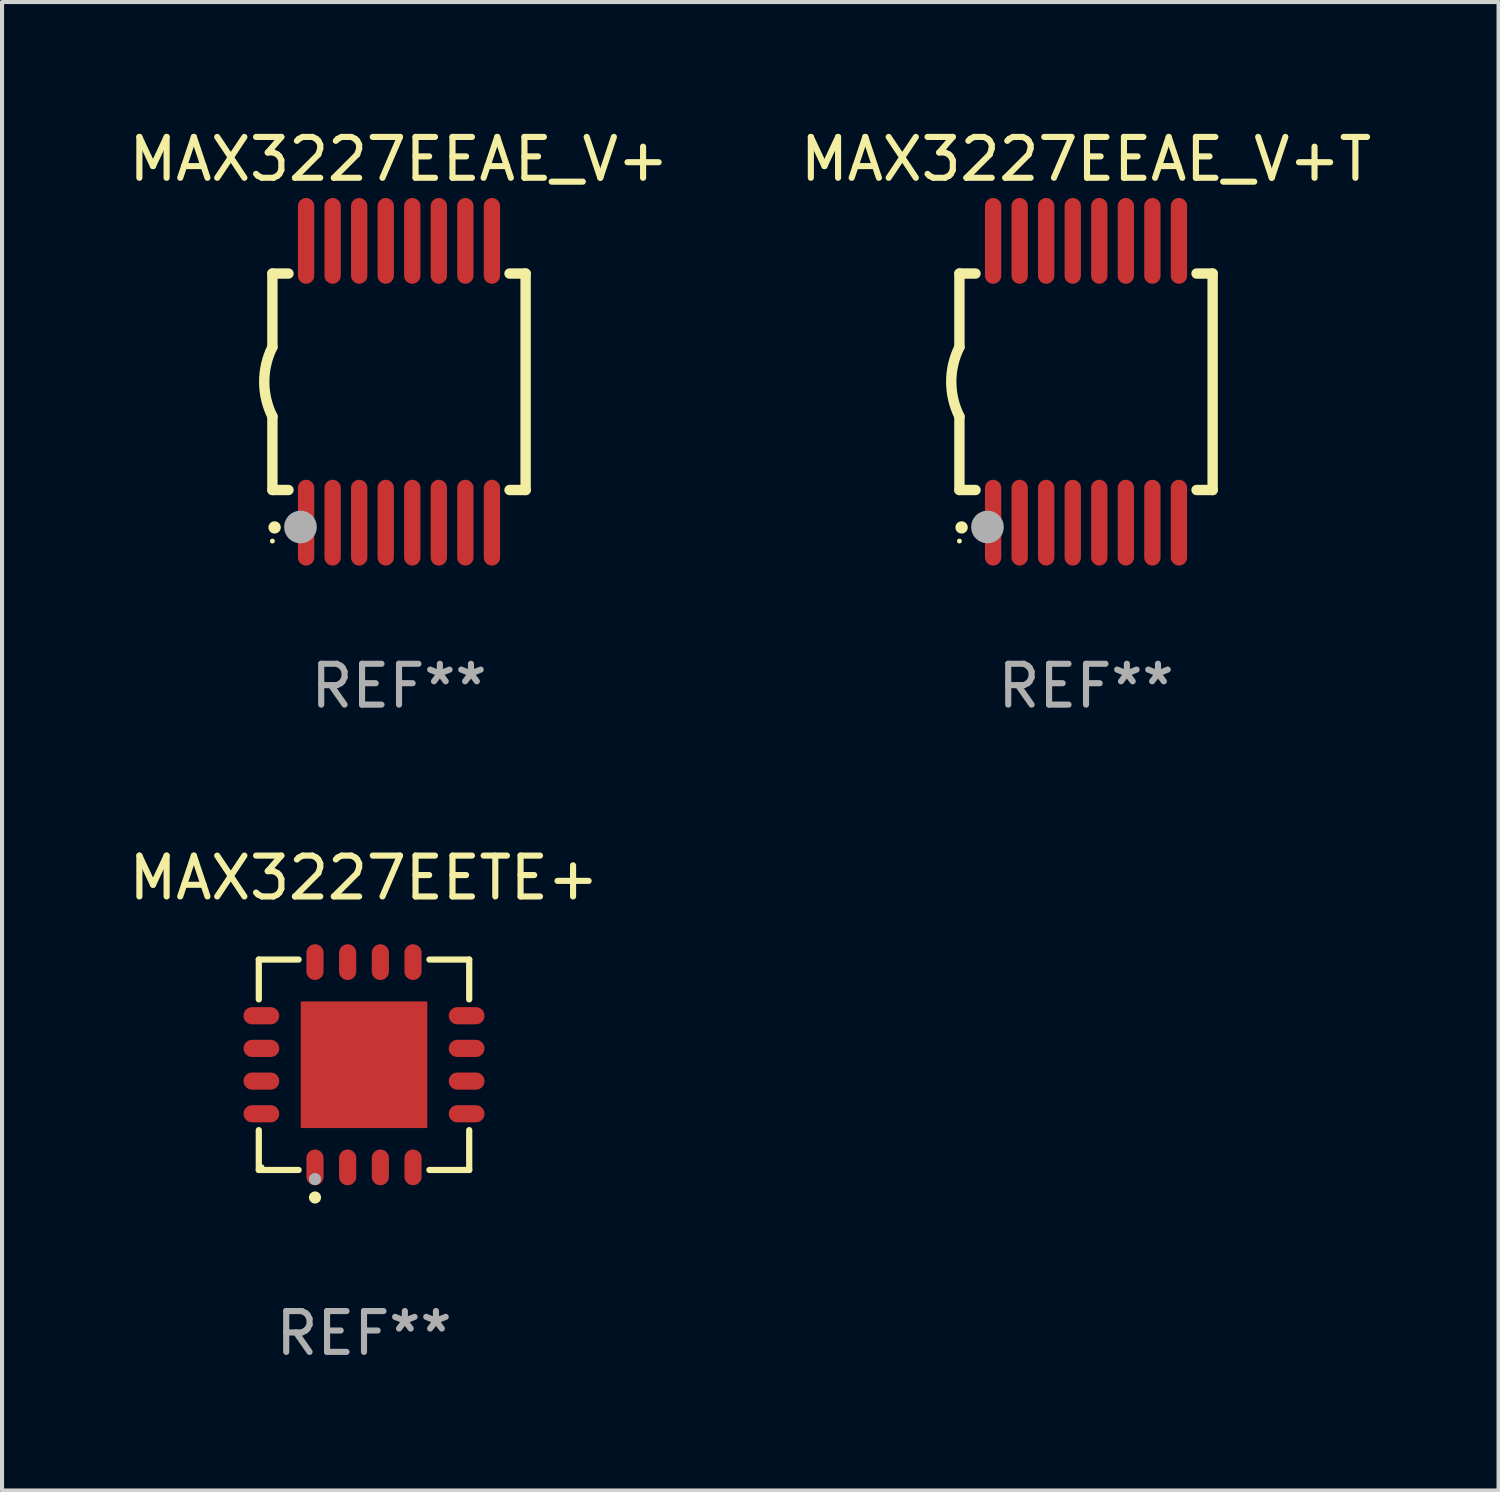
<source format=kicad_pcb>
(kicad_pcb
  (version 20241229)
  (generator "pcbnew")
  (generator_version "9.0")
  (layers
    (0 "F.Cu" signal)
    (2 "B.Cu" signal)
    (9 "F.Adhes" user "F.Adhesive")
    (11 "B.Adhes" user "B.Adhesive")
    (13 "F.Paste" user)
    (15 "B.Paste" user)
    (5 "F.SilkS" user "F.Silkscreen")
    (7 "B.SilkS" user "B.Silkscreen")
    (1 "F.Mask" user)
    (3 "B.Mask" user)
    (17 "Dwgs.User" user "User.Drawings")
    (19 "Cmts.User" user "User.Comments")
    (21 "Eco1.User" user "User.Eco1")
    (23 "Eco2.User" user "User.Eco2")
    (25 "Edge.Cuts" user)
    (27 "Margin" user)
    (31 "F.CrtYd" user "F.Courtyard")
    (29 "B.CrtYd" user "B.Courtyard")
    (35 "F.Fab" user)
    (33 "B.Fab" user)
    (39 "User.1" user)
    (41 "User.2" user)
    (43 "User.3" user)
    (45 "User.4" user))
  (footprint "MAX3227EEAE_V+T"
    (layer "F.Cu")
    (at 23.542 6.298)
    (property "Reference" "MAX3227EEAE_V+T" (at 0 -5.45 0) (layer "F.SilkS") (effects (font (size 1 1) (thickness 0.15))))
    (attr through_hole)
    (fp_line (start -3.1 -2.65) (end -3.1 -0.85) (stroke (width 0.254) (type solid)) (layer "F.SilkS"))
    (fp_line (start -3.1 -2.65) (end -2.706 -2.65) (stroke (width 0.254) (type solid)) (layer "F.SilkS"))
    (fp_line (start -3.1 2.65) (end -3.1 0.85) (stroke (width 0.254) (type solid)) (layer "F.SilkS"))
    (fp_line (start -3.1 2.65) (end -2.706 2.65) (stroke (width 0.254) (type solid)) (layer "F.SilkS"))
    (fp_line (start 2.706 -2.65) (end 3.1 -2.65) (stroke (width 0.254) (type solid)) (layer "F.SilkS"))
    (fp_line (start 2.706 2.65) (end 3.1 2.65) (stroke (width 0.254) (type solid)) (layer "F.SilkS"))
    (fp_line (start 3.1 -2.65) (end 3.1 2.65) (stroke (width 0.254) (type solid)) (layer "F.SilkS"))
    (fp_arc (start -3.098907 0.850902) (mid -3.300057 0.000523) (end -3.1 -0.850114) (stroke (width 0.254001) (type solid)) (layer "F.SilkS"))
    (fp_arc (start -3.048006 3.566066) (mid -3.046736 3.566061) (end -3.045466 3.566066) (stroke (width 0.3) (type solid)) (layer "F.SilkS"))
    (fp_circle (center -3.1 3.9) (end -3.07 3.9) (stroke (width 0.06) (type solid)) (fill no) (layer "F.SilkS"))
    (fp_circle (center -2.413 3.556) (end -2.213 3.556) (stroke (width 0.4) (type solid)) (fill no) (layer "F.Fab"))
    (fp_text user "REF**" (at 0 7.45 0) (layer "F.Fab") (effects (font (size 1 1) (thickness 0.15))))
    (pad "1" smd oval (at -2.275 3.45 180) (size 0.4 2.1) (layers "F.Cu" "F.Mask" "F.Paste"))
    (pad "2" smd oval (at -1.625 3.45 180) (size 0.4 2.1) (layers "F.Cu" "F.Mask" "F.Paste"))
    (pad "3" smd oval (at -0.975 3.45 180) (size 0.4 2.1) (layers "F.Cu" "F.Mask" "F.Paste"))
    (pad "4" smd oval (at -0.325 3.45 180) (size 0.4 2.1) (layers "F.Cu" "F.Mask" "F.Paste"))
    (pad "5" smd oval (at 0.325 3.45 180) (size 0.4 2.1) (layers "F.Cu" "F.Mask" "F.Paste"))
    (pad "6" smd oval (at 0.975 3.45 180) (size 0.4 2.1) (layers "F.Cu" "F.Mask" "F.Paste"))
    (pad "7" smd oval (at 1.625 3.45 180) (size 0.4 2.1) (layers "F.Cu" "F.Mask" "F.Paste"))
    (pad "8" smd oval (at 2.275 3.45 180) (size 0.4 2.1) (layers "F.Cu" "F.Mask" "F.Paste"))
    (pad "9" smd oval (at 2.275 -3.45 180) (size 0.4 2.1) (layers "F.Cu" "F.Mask" "F.Paste"))
    (pad "10" smd oval (at 1.625 -3.45 180) (size 0.4 2.1) (layers "F.Cu" "F.Mask" "F.Paste"))
    (pad "11" smd oval (at 0.975 -3.45 180) (size 0.4 2.1) (layers "F.Cu" "F.Mask" "F.Paste"))
    (pad "12" smd oval (at 0.325 -3.45 180) (size 0.4 2.1) (layers "F.Cu" "F.Mask" "F.Paste"))
    (pad "13" smd oval (at -0.325 -3.45 180) (size 0.4 2.1) (layers "F.Cu" "F.Mask" "F.Paste"))
    (pad "14" smd oval (at -0.975 -3.45 180) (size 0.4 2.1) (layers "F.Cu" "F.Mask" "F.Paste"))
    (pad "15" smd oval (at -1.625 -3.45 180) (size 0.4 2.1) (layers "F.Cu" "F.Mask" "F.Paste"))
    (pad "16" smd oval (at -2.275 -3.45 180) (size 0.4 2.1) (layers "F.Cu" "F.Mask" "F.Paste")))
  (footprint "MAX3227EEAE_V+"
    (layer "F.Cu")
    (at 6.72 6.298)
    (property "Reference" "MAX3227EEAE_V+" (at 0 -5.45 0) (layer "F.SilkS") (effects (font (size 1 1) (thickness 0.15))))
    (attr through_hole)
    (fp_line (start -3.1 -2.65) (end -3.1 -0.85) (stroke (width 0.254) (type solid)) (layer "F.SilkS"))
    (fp_line (start -3.1 -2.65) (end -2.706 -2.65) (stroke (width 0.254) (type solid)) (layer "F.SilkS"))
    (fp_line (start -3.1 2.65) (end -3.1 0.85) (stroke (width 0.254) (type solid)) (layer "F.SilkS"))
    (fp_line (start -3.1 2.65) (end -2.706 2.65) (stroke (width 0.254) (type solid)) (layer "F.SilkS"))
    (fp_line (start 2.706 -2.65) (end 3.1 -2.65) (stroke (width 0.254) (type solid)) (layer "F.SilkS"))
    (fp_line (start 2.706 2.65) (end 3.1 2.65) (stroke (width 0.254) (type solid)) (layer "F.SilkS"))
    (fp_line (start 3.1 -2.65) (end 3.1 2.65) (stroke (width 0.254) (type solid)) (layer "F.SilkS"))
    (fp_arc (start -3.098907 0.850902) (mid -3.300057 0.000523) (end -3.1 -0.850114) (stroke (width 0.254001) (type solid)) (layer "F.SilkS"))
    (fp_arc (start -3.048006 3.566066) (mid -3.046736 3.566061) (end -3.045466 3.566066) (stroke (width 0.3) (type solid)) (layer "F.SilkS"))
    (fp_circle (center -3.1 3.9) (end -3.07 3.9) (stroke (width 0.06) (type solid)) (fill no) (layer "F.SilkS"))
    (fp_circle (center -2.413 3.556) (end -2.213 3.556) (stroke (width 0.4) (type solid)) (fill no) (layer "F.Fab"))
    (fp_text user "REF**" (at 0 7.45 0) (layer "F.Fab") (effects (font (size 1 1) (thickness 0.15))))
    (pad "1" smd oval (at -2.275 3.45 180) (size 0.4 2.1) (layers "F.Cu" "F.Mask" "F.Paste"))
    (pad "2" smd oval (at -1.625 3.45 180) (size 0.4 2.1) (layers "F.Cu" "F.Mask" "F.Paste"))
    (pad "3" smd oval (at -0.975 3.45 180) (size 0.4 2.1) (layers "F.Cu" "F.Mask" "F.Paste"))
    (pad "4" smd oval (at -0.325 3.45 180) (size 0.4 2.1) (layers "F.Cu" "F.Mask" "F.Paste"))
    (pad "5" smd oval (at 0.325 3.45 180) (size 0.4 2.1) (layers "F.Cu" "F.Mask" "F.Paste"))
    (pad "6" smd oval (at 0.975 3.45 180) (size 0.4 2.1) (layers "F.Cu" "F.Mask" "F.Paste"))
    (pad "7" smd oval (at 1.625 3.45 180) (size 0.4 2.1) (layers "F.Cu" "F.Mask" "F.Paste"))
    (pad "8" smd oval (at 2.275 3.45 180) (size 0.4 2.1) (layers "F.Cu" "F.Mask" "F.Paste"))
    (pad "9" smd oval (at 2.275 -3.45 180) (size 0.4 2.1) (layers "F.Cu" "F.Mask" "F.Paste"))
    (pad "10" smd oval (at 1.625 -3.45 180) (size 0.4 2.1) (layers "F.Cu" "F.Mask" "F.Paste"))
    (pad "11" smd oval (at 0.975 -3.45 180) (size 0.4 2.1) (layers "F.Cu" "F.Mask" "F.Paste"))
    (pad "12" smd oval (at 0.325 -3.45 180) (size 0.4 2.1) (layers "F.Cu" "F.Mask" "F.Paste"))
    (pad "13" smd oval (at -0.325 -3.45 180) (size 0.4 2.1) (layers "F.Cu" "F.Mask" "F.Paste"))
    (pad "14" smd oval (at -0.975 -3.45 180) (size 0.4 2.1) (layers "F.Cu" "F.Mask" "F.Paste"))
    (pad "15" smd oval (at -1.625 -3.45 180) (size 0.4 2.1) (layers "F.Cu" "F.Mask" "F.Paste"))
    (pad "16" smd oval (at -2.275 -3.45 180) (size 0.4 2.1) (layers "F.Cu" "F.Mask" "F.Paste")))
  (footprint "MAX3227EETE+"
    (layer "F.Cu")
    (at 5.863 23.021)
    (property "Reference" "MAX3227EETE+" (at 0 -4.576 0) (layer "F.SilkS") (effects (font (size 1 1) (thickness 0.15))))
    (attr through_hole)
    (fp_line (start -2.576 -2.576) (end -1.601 -2.576) (stroke (width 0.152) (type solid)) (layer "F.SilkS"))
    (fp_line (start -2.576 -1.601) (end -2.576 -2.576) (stroke (width 0.152) (type solid)) (layer "F.SilkS"))
    (fp_line (start -2.576 1.601) (end -2.576 2.576) (stroke (width 0.152) (type solid)) (layer "F.SilkS"))
    (fp_line (start -2.576 2.576) (end -1.601 2.576) (stroke (width 0.152) (type solid)) (layer "F.SilkS"))
    (fp_line (start 2.576 -2.576) (end 1.601 -2.576) (stroke (width 0.152) (type solid)) (layer "F.SilkS"))
    (fp_line (start 2.576 -1.601) (end 2.576 -2.576) (stroke (width 0.152) (type solid)) (layer "F.SilkS"))
    (fp_line (start 2.576 1.601) (end 2.576 2.576) (stroke (width 0.152) (type solid)) (layer "F.SilkS"))
    (fp_line (start 2.576 2.576) (end 1.601 2.576) (stroke (width 0.152) (type solid)) (layer "F.SilkS"))
    (fp_circle (center -2.5 2.5) (end -2.47 2.5) (stroke (width 0.06) (type solid)) (fill no) (layer "F.SilkS"))
    (fp_circle (center -1.2 3.25) (end -1.125 3.25) (stroke (width 0.15) (type solid)) (fill no) (layer "F.SilkS"))
    (fp_circle (center -1.2 2.8) (end -1.125 2.8) (stroke (width 0.15) (type solid)) (fill no) (layer "F.Fab"))
    (fp_text user "REF**" (at 0 6.576 0) (layer "F.Fab") (effects (font (size 1 1) (thickness 0.15))))
    (pad "1" smd oval (at -1.2 2.513) (size 0.42 0.875) (layers "F.Cu" "F.Mask" "F.Paste"))
    (pad "2" smd oval (at -0.4 2.513) (size 0.42 0.875) (layers "F.Cu" "F.Mask" "F.Paste"))
    (pad "3" smd oval (at 0.4 2.513) (size 0.42 0.875) (layers "F.Cu" "F.Mask" "F.Paste"))
    (pad "4" smd oval (at 1.2 2.513) (size 0.42 0.875) (layers "F.Cu" "F.Mask" "F.Paste"))
    (pad "5" smd oval (at 2.513 1.2) (size 0.875 0.42) (layers "F.Cu" "F.Mask" "F.Paste"))
    (pad "6" smd oval (at 2.513 0.4) (size 0.875 0.42) (layers "F.Cu" "F.Mask" "F.Paste"))
    (pad "7" smd oval (at 2.513 -0.4) (size 0.875 0.42) (layers "F.Cu" "F.Mask" "F.Paste"))
    (pad "8" smd oval (at 2.513 -1.2) (size 0.875 0.42) (layers "F.Cu" "F.Mask" "F.Paste"))
    (pad "9" smd oval (at 1.2 -2.513) (size 0.42 0.875) (layers "F.Cu" "F.Mask" "F.Paste"))
    (pad "10" smd oval (at 0.4 -2.513) (size 0.42 0.875) (layers "F.Cu" "F.Mask" "F.Paste"))
    (pad "11" smd oval (at -0.4 -2.513) (size 0.42 0.875) (layers "F.Cu" "F.Mask" "F.Paste"))
    (pad "12" smd oval (at -1.2 -2.513) (size 0.42 0.875) (layers "F.Cu" "F.Mask" "F.Paste"))
    (pad "13" smd oval (at -2.513 -1.2) (size 0.875 0.42) (layers "F.Cu" "F.Mask" "F.Paste"))
    (pad "14" smd oval (at -2.513 -0.4) (size 0.875 0.42) (layers "F.Cu" "F.Mask" "F.Paste"))
    (pad "15" smd oval (at -2.513 0.4) (size 0.875 0.42) (layers "F.Cu" "F.Mask" "F.Paste"))
    (pad "16" smd oval (at -2.513 1.2) (size 0.875 0.42) (layers "F.Cu" "F.Mask" "F.Paste"))
    (pad "17" smd rect (at 0 0) (size 3.1 3.1) (layers "F.Cu" "F.Mask" "F.Paste")))
  (gr_rect
    (start -3 -3)
    (end 33.643 33.446)
    (stroke (width 0.1) (type default))
    (fill no)
    (layer "Edge.Cuts")))
</source>
